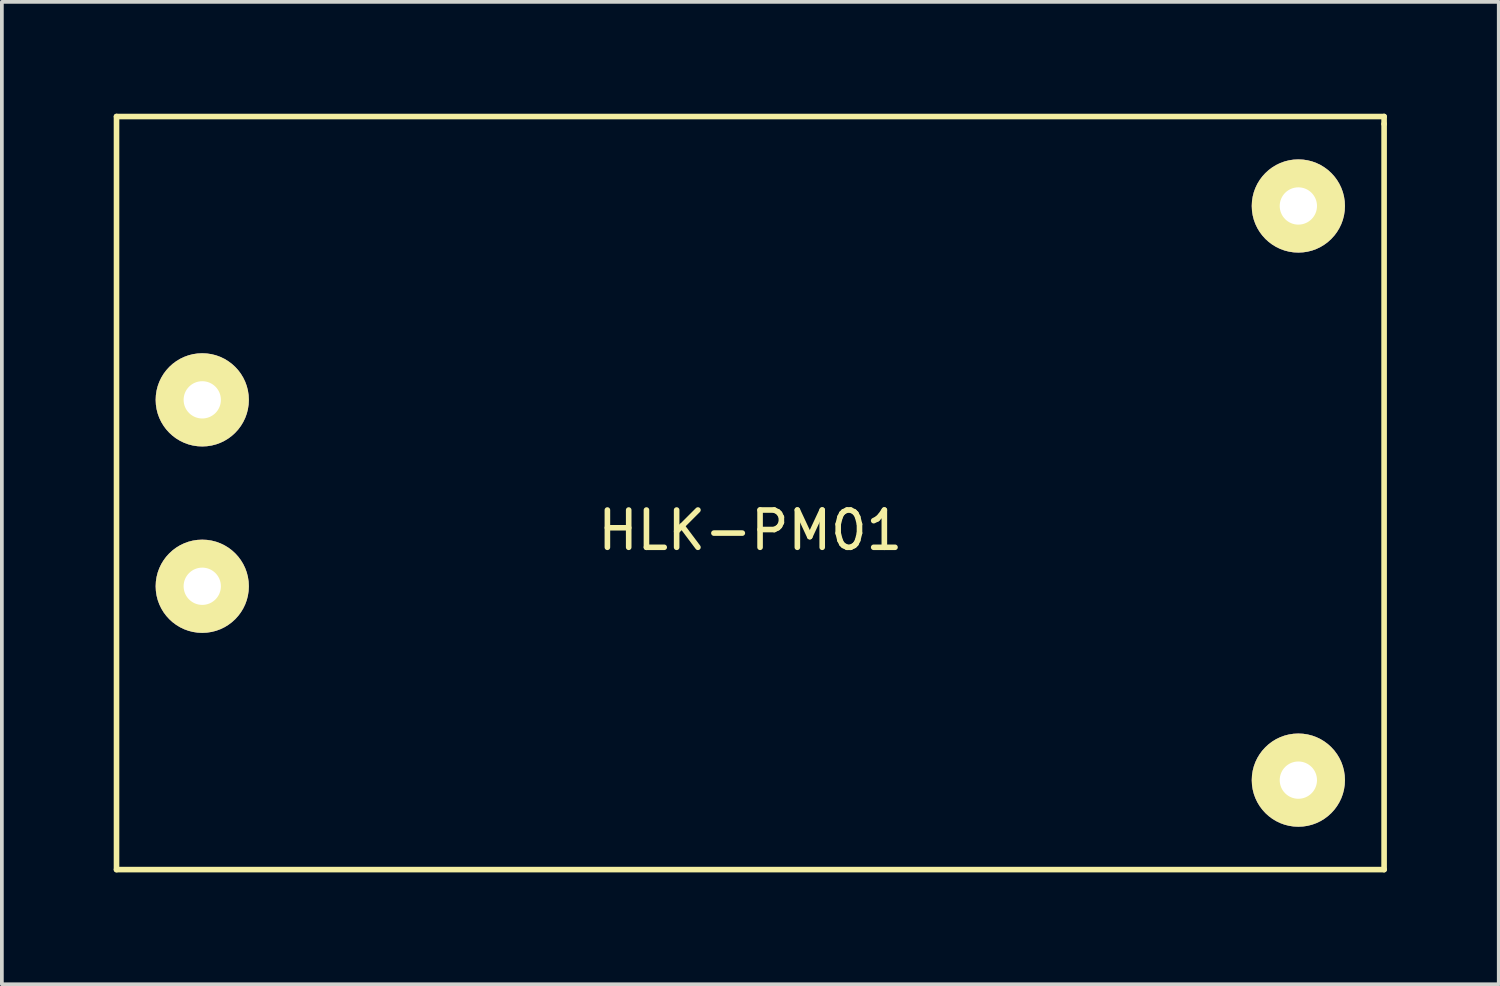
<source format=kicad_pcb>
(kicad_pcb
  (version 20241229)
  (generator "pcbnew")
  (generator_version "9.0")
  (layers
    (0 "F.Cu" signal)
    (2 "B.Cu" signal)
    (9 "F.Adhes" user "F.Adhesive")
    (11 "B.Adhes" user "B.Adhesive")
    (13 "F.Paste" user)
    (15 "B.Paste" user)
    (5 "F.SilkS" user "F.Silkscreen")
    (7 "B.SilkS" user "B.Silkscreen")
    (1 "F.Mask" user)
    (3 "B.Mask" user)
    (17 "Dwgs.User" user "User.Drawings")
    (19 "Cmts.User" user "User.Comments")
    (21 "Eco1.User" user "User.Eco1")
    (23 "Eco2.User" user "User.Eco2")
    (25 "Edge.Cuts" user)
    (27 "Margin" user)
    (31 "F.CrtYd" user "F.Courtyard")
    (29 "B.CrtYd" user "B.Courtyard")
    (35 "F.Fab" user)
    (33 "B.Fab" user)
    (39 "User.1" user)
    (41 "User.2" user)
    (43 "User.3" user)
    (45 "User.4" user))
  (footprint "HLK-PM01"
    (layer "F.Cu")
    (at 17.075 10.175)
    (property "Reference" "HLK-PM01" (at 0 1 0) (layer "F.SilkS") (effects (font (size 1 1) (thickness 0.15))))
    (attr through_hole)
    (fp_line (start -17 -10.1) (end -17 10.1) (stroke (width 0.15) (type solid)) (layer "F.SilkS"))
    (fp_line (start -17 10.1) (end 17 10.1) (stroke (width 0.15) (type solid)) (layer "F.SilkS"))
    (fp_line (start 17 -10.1) (end -17 -10.1) (stroke (width 0.15) (type solid)) (layer "F.SilkS"))
    (fp_line (start 17 -9.9) (end 17 -10.1) (stroke (width 0.15) (type solid)) (layer "F.SilkS"))
    (fp_line (start 17 10.1) (end 17 -9.9) (stroke (width 0.15) (type solid)) (layer "F.SilkS"))
    (pad "1" thru_hole circle (at -14.7 -2.5) (size 2.5 2.5) (drill 1) (layers "*.Cu" "*.Mask" "F.SilkS"))
    (pad "2" thru_hole circle (at -14.7 2.5) (size 2.5 2.5) (drill 1) (layers "*.Cu" "*.Mask" "F.SilkS"))
    (pad "3" thru_hole circle (at 14.7 -7.7) (size 2.5 2.5) (drill 1) (layers "*.Cu" "*.Mask" "F.SilkS"))
    (pad "4" thru_hole circle (at 14.7 7.7) (size 2.5 2.5) (drill 1) (layers "*.Cu" "*.Mask" "F.SilkS")))
  (gr_rect
    (start -3 -3)
    (end 37.15 23.35)
    (stroke (width 0.1) (type default))
    (fill no)
    (layer "Edge.Cuts")))
</source>
